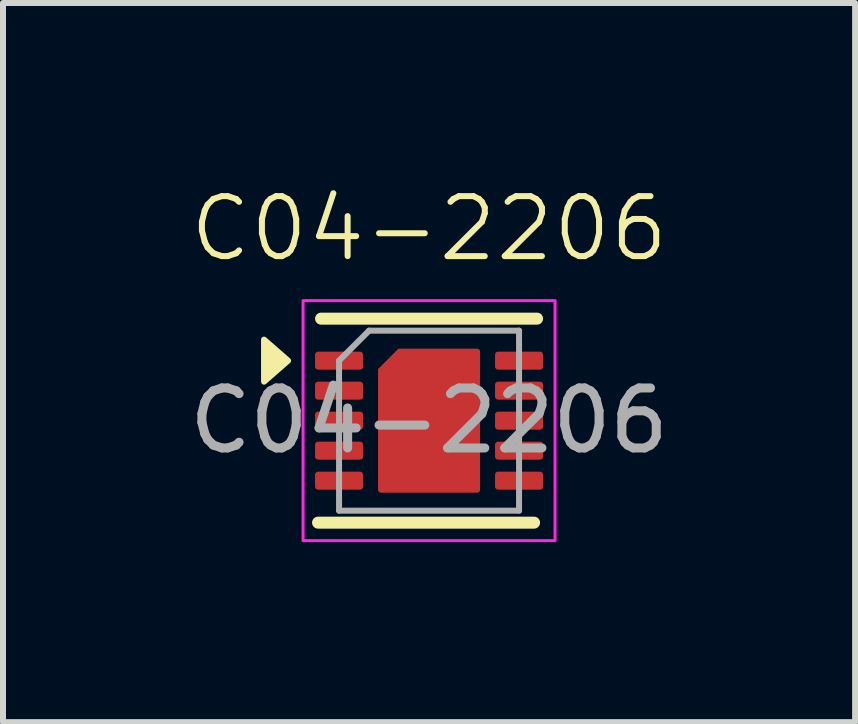
<source format=kicad_pcb>
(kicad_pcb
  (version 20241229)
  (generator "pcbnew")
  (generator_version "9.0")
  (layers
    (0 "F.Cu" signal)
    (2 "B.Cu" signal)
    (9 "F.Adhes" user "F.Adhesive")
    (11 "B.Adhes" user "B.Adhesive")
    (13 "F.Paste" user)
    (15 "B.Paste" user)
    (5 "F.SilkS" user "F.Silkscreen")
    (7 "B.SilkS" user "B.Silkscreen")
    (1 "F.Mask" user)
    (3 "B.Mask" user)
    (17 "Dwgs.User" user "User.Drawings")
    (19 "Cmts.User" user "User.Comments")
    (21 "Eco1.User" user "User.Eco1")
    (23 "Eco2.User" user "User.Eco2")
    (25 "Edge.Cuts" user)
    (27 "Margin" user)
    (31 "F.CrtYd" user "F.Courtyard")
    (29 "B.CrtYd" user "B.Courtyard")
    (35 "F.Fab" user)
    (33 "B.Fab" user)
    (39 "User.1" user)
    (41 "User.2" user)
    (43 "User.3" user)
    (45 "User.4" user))
  (footprint "C04-2206"
    (layer "F.Cu")
    (at 4.101 3.961)
    (property "Reference" "C04-2206" (at 0 -3.2 0) (unlocked yes) (layer "F.SilkS") (effects (font (size 1 1) (thickness 0.1))))
    (attr smd)
    (fp_line (start 1.75 1.7) (end -1.85 1.7) (stroke (width 0.2) (type default)) (layer "F.SilkS"))
    (fp_line (start 1.8 -1.7) (end -1.8 -1.7) (stroke (width 0.2) (type default)) (layer "F.SilkS"))
    (fp_poly (pts (xy -2.35 -1) (xy -2.75 -1.35) (xy -2.75 -0.65)) (stroke (width 0.1) (type solid)) (fill yes) (layer "F.SilkS"))
    (fp_rect (start -2.1 -2) (end 2.1 2) (stroke (width 0.05) (type default)) (fill no) (layer "F.CrtYd"))
    (fp_line (start -1.5 -1) (end -1 -1.5) (stroke (width 0.1) (type default)) (layer "F.Fab"))
    (fp_line (start -1.5 1.5) (end -1.5 -1) (stroke (width 0.1) (type default)) (layer "F.Fab"))
    (fp_line (start -1 -1.5) (end 1.5 -1.5) (stroke (width 0.1) (type default)) (layer "F.Fab"))
    (fp_line (start 1.5 -1.5) (end 1.5 1.5) (stroke (width 0.1) (type default)) (layer "F.Fab"))
    (fp_line (start 1.5 1.5) (end -1.5 1.5) (stroke (width 0.1) (type default)) (layer "F.Fab"))
    (fp_text user "${REFERENCE}" (at 0 0 0) (unlocked yes) (layer "F.Fab") (effects (font (size 1 1) (thickness 0.15))))
    (pad "1" smd roundrect (at -1.5 -1) (size 0.8 0.3) (layers "F.Cu" "F.Mask" "F.Paste") (roundrect_rratio 0.167))
    (pad "2" smd roundrect (at -1.5 -0.5) (size 0.8 0.3) (layers "F.Cu" "F.Mask" "F.Paste") (roundrect_rratio 0.167))
    (pad "3" smd roundrect (at -1.5 0) (size 0.8 0.3) (layers "F.Cu" "F.Mask" "F.Paste") (roundrect_rratio 0.167))
    (pad "4" smd roundrect (at -1.5 0.5) (size 0.8 0.3) (layers "F.Cu" "F.Mask" "F.Paste") (roundrect_rratio 0.167))
    (pad "5" smd roundrect (at -1.5 1) (size 0.8 0.3) (layers "F.Cu" "F.Mask" "F.Paste") (roundrect_rratio 0.167))
    (pad "6" smd roundrect (at 1.5 1) (size 0.8 0.3) (layers "F.Cu" "F.Mask" "F.Paste") (roundrect_rratio 0.167))
    (pad "7" smd roundrect (at 1.5 0.5) (size 0.8 0.3) (layers "F.Cu" "F.Mask" "F.Paste") (roundrect_rratio 0.167))
    (pad "8" smd roundrect (at 1.5 0) (size 0.8 0.3) (layers "F.Cu" "F.Mask" "F.Paste") (roundrect_rratio 0.167))
    (pad "9" smd roundrect (at 1.5 -0.5) (size 0.8 0.3) (layers "F.Cu" "F.Mask" "F.Paste") (roundrect_rratio 0.167))
    (pad "10" smd roundrect (at 1.5 -1) (size 0.8 0.3) (layers "F.Cu" "F.Mask" "F.Paste") (roundrect_rratio 0.167))
    (pad "11" smd roundrect (at 0 0) (size 1.7 2.4) (layers "F.Cu" "F.Mask" "F.Paste") (roundrect_rratio 0.029) (chamfer_ratio 0.2) (chamfer top_left)))
  (gr_rect
    (start -3 -3)
    (end 11.202 8.986)
    (stroke (width 0.1) (type default))
    (fill no)
    (layer "Edge.Cuts")))
</source>
